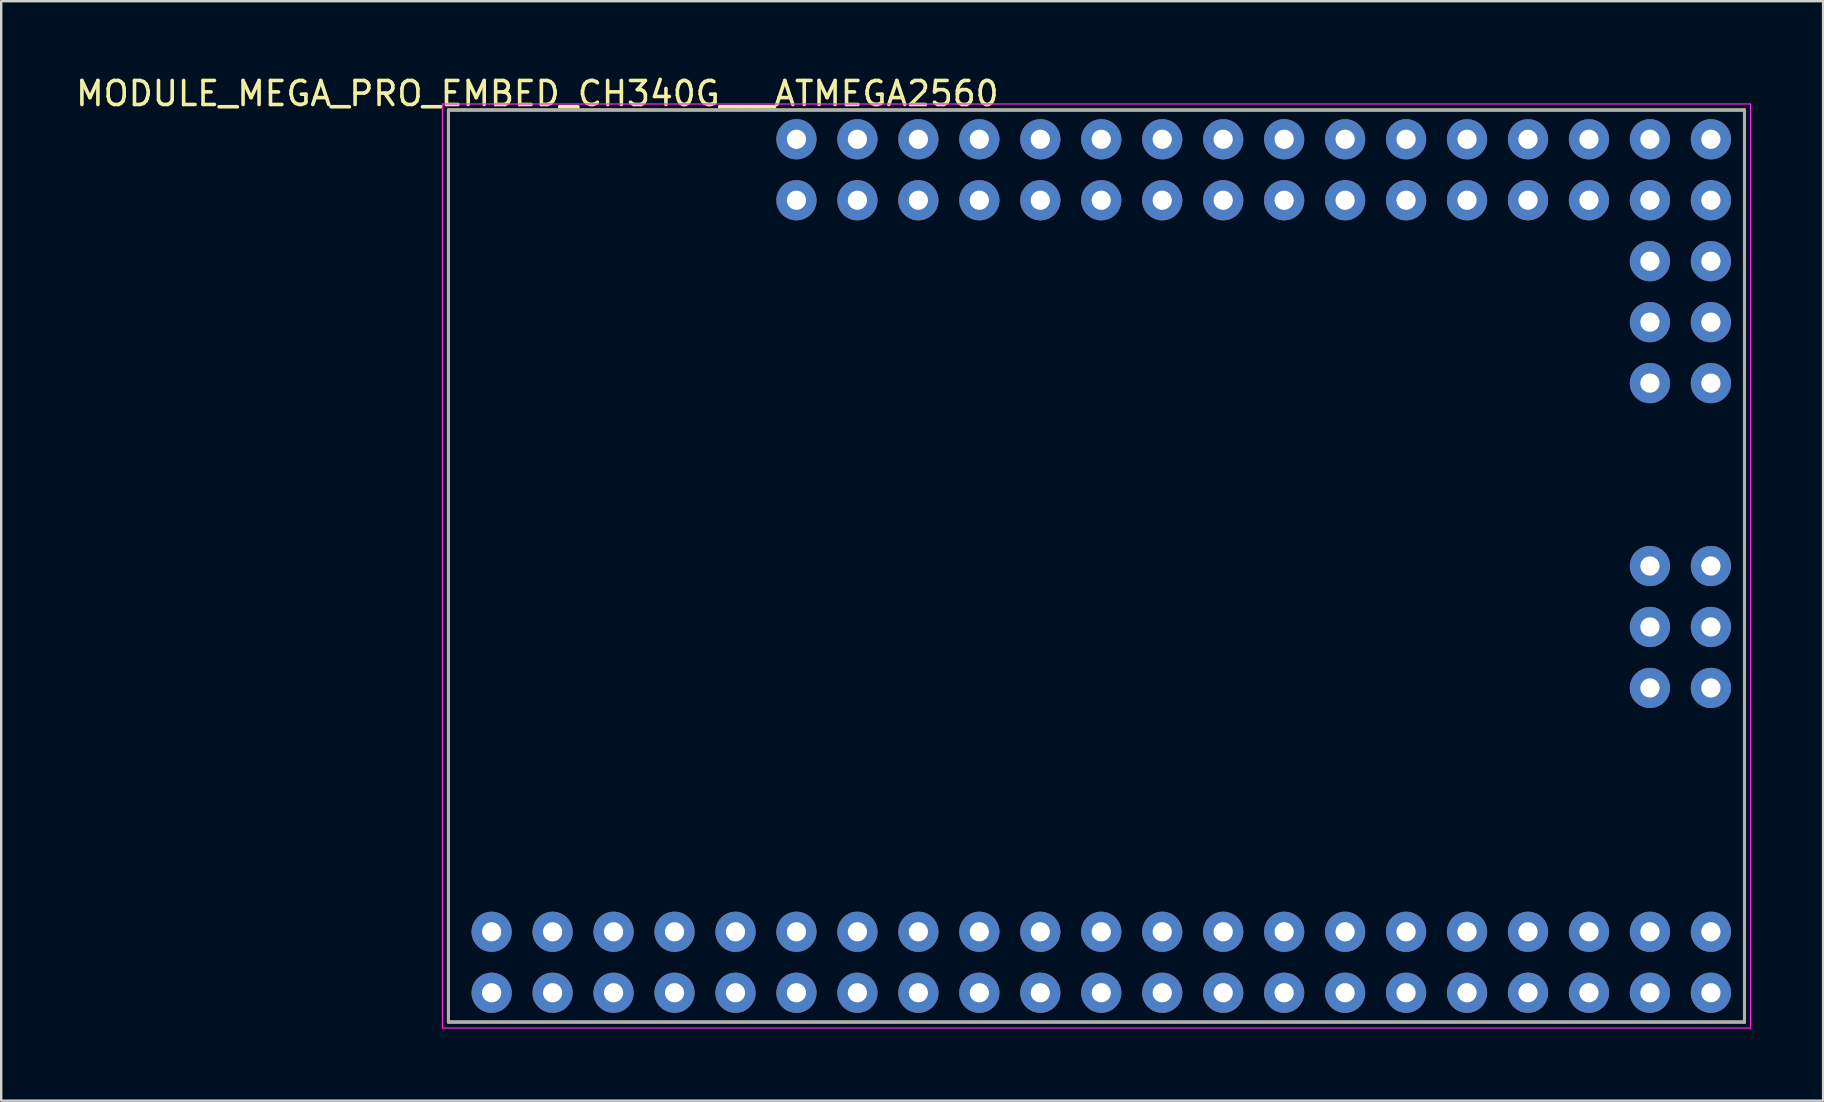
<source format=kicad_pcb>
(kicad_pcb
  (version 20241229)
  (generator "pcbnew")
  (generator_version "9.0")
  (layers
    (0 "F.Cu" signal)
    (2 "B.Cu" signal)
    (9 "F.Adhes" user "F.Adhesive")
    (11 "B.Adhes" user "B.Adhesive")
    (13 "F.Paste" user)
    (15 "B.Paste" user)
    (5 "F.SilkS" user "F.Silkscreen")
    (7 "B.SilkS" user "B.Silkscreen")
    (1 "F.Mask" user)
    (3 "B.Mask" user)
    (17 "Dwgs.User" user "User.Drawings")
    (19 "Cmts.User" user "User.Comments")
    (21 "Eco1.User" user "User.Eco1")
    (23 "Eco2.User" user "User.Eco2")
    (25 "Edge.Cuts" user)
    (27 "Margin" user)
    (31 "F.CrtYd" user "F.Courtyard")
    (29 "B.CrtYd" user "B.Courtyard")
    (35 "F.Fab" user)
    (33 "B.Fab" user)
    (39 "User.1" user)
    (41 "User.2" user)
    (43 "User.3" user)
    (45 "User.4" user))
  (footprint "MODULE_MEGA_PRO_EMBED_CH340G___ATMEGA2560"
    (layer "F.Cu")
    (at 42.634 20.533)
    (property "Reference" "MODULE_MEGA_PRO_EMBED_CH340G___ATMEGA2560" (at -23.295 -19.685 0) (layer "F.SilkS") (effects (font (size 1 1) (thickness 0.15))))
    (attr through_hole)
    (fp_line (start -27 -19) (end 27 -19) (stroke (width 0.127) (type solid)) (layer "F.SilkS"))
    (fp_line (start -27 19) (end -27 -19) (stroke (width 0.127) (type solid)) (layer "F.SilkS"))
    (fp_line (start -27 19) (end 27 19) (stroke (width 0.127) (type solid)) (layer "F.SilkS"))
    (fp_line (start 27 19) (end 27 -19) (stroke (width 0.127) (type solid)) (layer "F.SilkS"))
    (fp_line (start -27.25 -19.25) (end 27.25 -19.25) (stroke (width 0.05) (type solid)) (layer "F.CrtYd"))
    (fp_line (start -27.25 19.25) (end -27.25 -19.25) (stroke (width 0.05) (type solid)) (layer "F.CrtYd"))
    (fp_line (start 27.25 -19.25) (end 27.25 19.25) (stroke (width 0.05) (type solid)) (layer "F.CrtYd"))
    (fp_line (start 27.25 19.25) (end -27.25 19.25) (stroke (width 0.05) (type solid)) (layer "F.CrtYd"))
    (fp_line (start -27 -19) (end 27 -19) (stroke (width 0.127) (type solid)) (layer "F.Fab"))
    (fp_line (start -27 19) (end -27 -19) (stroke (width 0.127) (type solid)) (layer "F.Fab"))
    (fp_line (start -27 19) (end 27 19) (stroke (width 0.127) (type solid)) (layer "F.Fab"))
    (fp_line (start 27 19) (end 27 -19) (stroke (width 0.127) (type solid)) (layer "F.Fab"))
    (pad "3V3_1" thru_hole circle (at -17.58 17.78) (size 1.676 1.676) (drill 0.8) (layers "*.Cu" "*.Mask") (remove_unused_layers yes) (keep_end_layers yes) (zone_layer_connections))
    (pad "3V3_2" thru_hole circle (at -17.58 15.24) (size 1.676 1.676) (drill 0.8) (layers "*.Cu" "*.Mask") (remove_unused_layers yes) (keep_end_layers yes) (zone_layer_connections))
    (pad "5V_1" thru_hole circle (at -20.12 17.78) (size 1.676 1.676) (drill 0.8) (layers "*.Cu" "*.Mask") (remove_unused_layers yes) (keep_end_layers yes) (zone_layer_connections))
    (pad "5V_2" thru_hole circle (at -20.12 15.24) (size 1.676 1.676) (drill 0.8) (layers "*.Cu" "*.Mask") (remove_unused_layers yes) (keep_end_layers yes) (zone_layer_connections))
    (pad "5V_3" thru_hole circle (at 25.6 0) (size 1.676 1.676) (drill 0.8) (layers "*.Cu" "*.Mask") (remove_unused_layers yes) (keep_end_layers yes) (zone_layer_connections))
    (pad "A0" thru_hole circle (at -12.5 -17.78) (size 1.676 1.676) (drill 0.8) (layers "*.Cu" "*.Mask") (remove_unused_layers yes) (keep_end_layers yes) (zone_layer_connections))
    (pad "A1" thru_hole circle (at -12.5 -15.24) (size 1.676 1.676) (drill 0.8) (layers "*.Cu" "*.Mask") (remove_unused_layers yes) (keep_end_layers yes) (zone_layer_connections))
    (pad "A2" thru_hole circle (at -9.96 -17.78) (size 1.676 1.676) (drill 0.8) (layers "*.Cu" "*.Mask") (remove_unused_layers yes) (keep_end_layers yes) (zone_layer_connections))
    (pad "A3" thru_hole circle (at -9.96 -15.24) (size 1.676 1.676) (drill 0.8) (layers "*.Cu" "*.Mask") (remove_unused_layers yes) (keep_end_layers yes) (zone_layer_connections))
    (pad "A4" thru_hole circle (at -7.42 -17.78) (size 1.676 1.676) (drill 0.8) (layers "*.Cu" "*.Mask") (remove_unused_layers yes) (keep_end_layers yes) (zone_layer_connections))
    (pad "A5" thru_hole circle (at -7.42 -15.24) (size 1.676 1.676) (drill 0.8) (layers "*.Cu" "*.Mask") (remove_unused_layers yes) (keep_end_layers yes) (zone_layer_connections))
    (pad "A6" thru_hole circle (at -4.88 -17.78) (size 1.676 1.676) (drill 0.8) (layers "*.Cu" "*.Mask") (remove_unused_layers yes) (keep_end_layers yes) (zone_layer_connections))
    (pad "A7" thru_hole circle (at -4.88 -15.24) (size 1.676 1.676) (drill 0.8) (layers "*.Cu" "*.Mask") (remove_unused_layers yes) (keep_end_layers yes) (zone_layer_connections))
    (pad "A8" thru_hole circle (at -2.34 -17.78) (size 1.676 1.676) (drill 0.8) (layers "*.Cu" "*.Mask") (remove_unused_layers yes) (keep_end_layers yes) (zone_layer_connections))
    (pad "A9" thru_hole circle (at -2.34 -15.24) (size 1.676 1.676) (drill 0.8) (layers "*.Cu" "*.Mask") (remove_unused_layers yes) (keep_end_layers yes) (zone_layer_connections))
    (pad "A10" thru_hole circle (at 0.2 -17.78) (size 1.676 1.676) (drill 0.8) (layers "*.Cu" "*.Mask") (remove_unused_layers yes) (keep_end_layers yes) (zone_layer_connections))
    (pad "A11" thru_hole circle (at 0.2 -15.24) (size 1.676 1.676) (drill 0.8) (layers "*.Cu" "*.Mask") (remove_unused_layers yes) (keep_end_layers yes) (zone_layer_connections))
    (pad "A12" thru_hole circle (at 2.74 -17.78) (size 1.676 1.676) (drill 0.8) (layers "*.Cu" "*.Mask") (remove_unused_layers yes) (keep_end_layers yes) (zone_layer_connections))
    (pad "A13" thru_hole circle (at 2.74 -15.24) (size 1.676 1.676) (drill 0.8) (layers "*.Cu" "*.Mask") (remove_unused_layers yes) (keep_end_layers yes) (zone_layer_connections))
    (pad "A14" thru_hole circle (at 5.28 -17.78) (size 1.676 1.676) (drill 0.8) (layers "*.Cu" "*.Mask") (remove_unused_layers yes) (keep_end_layers yes) (zone_layer_connections))
    (pad "A15" thru_hole circle (at 5.28 -15.24) (size 1.676 1.676) (drill 0.8) (layers "*.Cu" "*.Mask") (remove_unused_layers yes) (keep_end_layers yes) (zone_layer_connections))
    (pad "AREF" thru_hole circle (at -15.04 15.24) (size 1.676 1.676) (drill 0.8) (layers "*.Cu" "*.Mask") (remove_unused_layers yes) (keep_end_layers yes) (zone_layer_connections))
    (pad "D2" thru_hole circle (at -9.96 15.24) (size 1.676 1.676) (drill 0.8) (layers "*.Cu" "*.Mask") (remove_unused_layers yes) (keep_end_layers yes) (zone_layer_connections))
    (pad "D3" thru_hole circle (at -9.96 17.78) (size 1.676 1.676) (drill 0.8) (layers "*.Cu" "*.Mask") (remove_unused_layers yes) (keep_end_layers yes) (zone_layer_connections))
    (pad "D4" thru_hole circle (at -7.42 15.24) (size 1.676 1.676) (drill 0.8) (layers "*.Cu" "*.Mask") (remove_unused_layers yes) (keep_end_layers yes) (zone_layer_connections))
    (pad "D5" thru_hole circle (at -7.42 17.78) (size 1.676 1.676) (drill 0.8) (layers "*.Cu" "*.Mask") (remove_unused_layers yes) (keep_end_layers yes) (zone_layer_connections))
    (pad "D6" thru_hole circle (at -4.88 15.24) (size 1.676 1.676) (drill 0.8) (layers "*.Cu" "*.Mask") (remove_unused_layers yes) (keep_end_layers yes) (zone_layer_connections))
    (pad "D7" thru_hole circle (at -4.88 17.78) (size 1.676 1.676) (drill 0.8) (layers "*.Cu" "*.Mask") (remove_unused_layers yes) (keep_end_layers yes) (zone_layer_connections))
    (pad "D8" thru_hole circle (at -2.34 15.24) (size 1.676 1.676) (drill 0.8) (layers "*.Cu" "*.Mask") (remove_unused_layers yes) (keep_end_layers yes) (zone_layer_connections))
    (pad "D9" thru_hole circle (at -2.34 17.78) (size 1.676 1.676) (drill 0.8) (layers "*.Cu" "*.Mask") (remove_unused_layers yes) (keep_end_layers yes) (zone_layer_connections))
    (pad "D10" thru_hole circle (at 0.2 15.24) (size 1.676 1.676) (drill 0.8) (layers "*.Cu" "*.Mask") (remove_unused_layers yes) (keep_end_layers yes) (zone_layer_connections))
    (pad "D11" thru_hole circle (at 0.2 17.78) (size 1.676 1.676) (drill 0.8) (layers "*.Cu" "*.Mask") (remove_unused_layers yes) (keep_end_layers yes) (zone_layer_connections))
    (pad "D12" thru_hole circle (at 2.74 15.24) (size 1.676 1.676) (drill 0.8) (layers "*.Cu" "*.Mask") (remove_unused_layers yes) (keep_end_layers yes) (zone_layer_connections))
    (pad "D13" thru_hole circle (at 2.74 17.78) (size 1.676 1.676) (drill 0.8) (layers "*.Cu" "*.Mask") (remove_unused_layers yes) (keep_end_layers yes) (zone_layer_connections))
    (pad "D14" thru_hole circle (at 5.28 15.24) (size 1.676 1.676) (drill 0.8) (layers "*.Cu" "*.Mask") (remove_unused_layers yes) (keep_end_layers yes) (zone_layer_connections))
    (pad "D15" thru_hole circle (at 5.28 17.78) (size 1.676 1.676) (drill 0.8) (layers "*.Cu" "*.Mask") (remove_unused_layers yes) (keep_end_layers yes) (zone_layer_connections))
    (pad "D16" thru_hole circle (at 7.82 15.24) (size 1.676 1.676) (drill 0.8) (layers "*.Cu" "*.Mask") (remove_unused_layers yes) (keep_end_layers yes) (zone_layer_connections))
    (pad "D17" thru_hole circle (at 7.82 17.78) (size 1.676 1.676) (drill 0.8) (layers "*.Cu" "*.Mask") (remove_unused_layers yes) (keep_end_layers yes) (zone_layer_connections))
    (pad "D18" thru_hole circle (at 10.36 15.24) (size 1.676 1.676) (drill 0.8) (layers "*.Cu" "*.Mask") (remove_unused_layers yes) (keep_end_layers yes) (zone_layer_connections))
    (pad "D19" thru_hole circle (at 10.36 17.78) (size 1.676 1.676) (drill 0.8) (layers "*.Cu" "*.Mask") (remove_unused_layers yes) (keep_end_layers yes) (zone_layer_connections))
    (pad "D20" thru_hole circle (at 12.9 15.24) (size 1.676 1.676) (drill 0.8) (layers "*.Cu" "*.Mask") (remove_unused_layers yes) (keep_end_layers yes) (zone_layer_connections))
    (pad "D21" thru_hole circle (at 12.9 17.78) (size 1.676 1.676) (drill 0.8) (layers "*.Cu" "*.Mask") (remove_unused_layers yes) (keep_end_layers yes) (zone_layer_connections))
    (pad "D22" thru_hole circle (at 15.44 15.24) (size 1.676 1.676) (drill 0.8) (layers "*.Cu" "*.Mask") (remove_unused_layers yes) (keep_end_layers yes) (zone_layer_connections))
    (pad "D23" thru_hole circle (at 15.44 17.78) (size 1.676 1.676) (drill 0.8) (layers "*.Cu" "*.Mask") (remove_unused_layers yes) (keep_end_layers yes) (zone_layer_connections))
    (pad "D24" thru_hole circle (at 17.98 15.24) (size 1.676 1.676) (drill 0.8) (layers "*.Cu" "*.Mask") (remove_unused_layers yes) (keep_end_layers yes) (zone_layer_connections))
    (pad "D25" thru_hole circle (at 17.98 17.78) (size 1.676 1.676) (drill 0.8) (layers "*.Cu" "*.Mask") (remove_unused_layers yes) (keep_end_layers yes) (zone_layer_connections))
    (pad "D26" thru_hole circle (at 20.52 15.24) (size 1.676 1.676) (drill 0.8) (layers "*.Cu" "*.Mask") (remove_unused_layers yes) (keep_end_layers yes) (zone_layer_connections))
    (pad "D27" thru_hole circle (at 20.52 17.78) (size 1.676 1.676) (drill 0.8) (layers "*.Cu" "*.Mask") (remove_unused_layers yes) (keep_end_layers yes) (zone_layer_connections))
    (pad "D28" thru_hole circle (at 23.06 15.24) (size 1.676 1.676) (drill 0.8) (layers "*.Cu" "*.Mask") (remove_unused_layers yes) (keep_end_layers yes) (zone_layer_connections))
    (pad "D29" thru_hole circle (at 23.06 17.78) (size 1.676 1.676) (drill 0.8) (layers "*.Cu" "*.Mask") (remove_unused_layers yes) (keep_end_layers yes) (zone_layer_connections))
    (pad "D30" thru_hole circle (at 25.6 15.24) (size 1.676 1.676) (drill 0.8) (layers "*.Cu" "*.Mask") (remove_unused_layers yes) (keep_end_layers yes) (zone_layer_connections))
    (pad "D31" thru_hole circle (at 25.6 17.78) (size 1.676 1.676) (drill 0.8) (layers "*.Cu" "*.Mask") (remove_unused_layers yes) (keep_end_layers yes) (zone_layer_connections))
    (pad "D32" thru_hole circle (at 7.82 -17.78) (size 1.676 1.676) (drill 0.8) (layers "*.Cu" "*.Mask") (remove_unused_layers yes) (keep_end_layers yes) (zone_layer_connections))
    (pad "D33" thru_hole circle (at 7.82 -15.24) (size 1.676 1.676) (drill 0.8) (layers "*.Cu" "*.Mask") (remove_unused_layers yes) (keep_end_layers yes) (zone_layer_connections))
    (pad "D34" thru_hole circle (at 10.36 -17.78) (size 1.676 1.676) (drill 0.8) (layers "*.Cu" "*.Mask") (remove_unused_layers yes) (keep_end_layers yes) (zone_layer_connections))
    (pad "D35" thru_hole circle (at 10.36 -15.24) (size 1.676 1.676) (drill 0.8) (layers "*.Cu" "*.Mask") (remove_unused_layers yes) (keep_end_layers yes) (zone_layer_connections))
    (pad "D36" thru_hole circle (at 12.9 -17.78) (size 1.676 1.676) (drill 0.8) (layers "*.Cu" "*.Mask") (remove_unused_layers yes) (keep_end_layers yes) (zone_layer_connections))
    (pad "D37" thru_hole circle (at 12.9 -15.24) (size 1.676 1.676) (drill 0.8) (layers "*.Cu" "*.Mask") (remove_unused_layers yes) (keep_end_layers yes) (zone_layer_connections))
    (pad "D38" thru_hole circle (at 15.44 -17.78) (size 1.676 1.676) (drill 0.8) (layers "*.Cu" "*.Mask") (remove_unused_layers yes) (keep_end_layers yes) (zone_layer_connections))
    (pad "D39" thru_hole circle (at 15.44 -15.24) (size 1.676 1.676) (drill 0.8) (layers "*.Cu" "*.Mask") (remove_unused_layers yes) (keep_end_layers yes) (zone_layer_connections))
    (pad "D40" thru_hole circle (at 17.98 -17.78) (size 1.676 1.676) (drill 0.8) (layers "*.Cu" "*.Mask") (remove_unused_layers yes) (keep_end_layers yes) (zone_layer_connections))
    (pad "D41" thru_hole circle (at 17.98 -15.24) (size 1.676 1.676) (drill 0.8) (layers "*.Cu" "*.Mask") (remove_unused_layers yes) (keep_end_layers yes) (zone_layer_connections))
    (pad "D42" thru_hole circle (at 20.52 -17.78) (size 1.676 1.676) (drill 0.8) (layers "*.Cu" "*.Mask") (remove_unused_layers yes) (keep_end_layers yes) (zone_layer_connections))
    (pad "D43" thru_hole circle (at 20.52 -15.24) (size 1.676 1.676) (drill 0.8) (layers "*.Cu" "*.Mask") (remove_unused_layers yes) (keep_end_layers yes) (zone_layer_connections))
    (pad "D44" thru_hole circle (at 23.06 -17.78) (size 1.676 1.676) (drill 0.8) (layers "*.Cu" "*.Mask") (remove_unused_layers yes) (keep_end_layers yes) (zone_layer_connections))
    (pad "D45" thru_hole circle (at 23.06 -15.24) (size 1.676 1.676) (drill 0.8) (layers "*.Cu" "*.Mask") (remove_unused_layers yes) (keep_end_layers yes) (zone_layer_connections))
    (pad "D46" thru_hole circle (at 25.6 -17.78) (size 1.676 1.676) (drill 0.8) (layers "*.Cu" "*.Mask") (remove_unused_layers yes) (keep_end_layers yes) (zone_layer_connections))
    (pad "D47" thru_hole circle (at 25.6 -15.24) (size 1.676 1.676) (drill 0.8) (layers "*.Cu" "*.Mask") (remove_unused_layers yes) (keep_end_layers yes) (zone_layer_connections))
    (pad "D48" thru_hole circle (at 25.6 -12.7) (size 1.676 1.676) (drill 0.8) (layers "*.Cu" "*.Mask") (remove_unused_layers yes) (keep_end_layers yes) (zone_layer_connections))
    (pad "D49" thru_hole circle (at 23.06 -12.7) (size 1.676 1.676) (drill 0.8) (layers "*.Cu" "*.Mask") (remove_unused_layers yes) (keep_end_layers yes) (zone_layer_connections))
    (pad "D50" thru_hole circle (at 25.6 -10.16) (size 1.676 1.676) (drill 0.8) (layers "*.Cu" "*.Mask") (remove_unused_layers yes) (keep_end_layers yes) (zone_layer_connections))
    (pad "D51" thru_hole circle (at 23.06 -10.16) (size 1.676 1.676) (drill 0.8) (layers "*.Cu" "*.Mask") (remove_unused_layers yes) (keep_end_layers yes) (zone_layer_connections))
    (pad "D52" thru_hole circle (at 25.6 -7.62) (size 1.676 1.676) (drill 0.8) (layers "*.Cu" "*.Mask") (remove_unused_layers yes) (keep_end_layers yes) (zone_layer_connections))
    (pad "D53" thru_hole circle (at 23.06 -7.62) (size 1.676 1.676) (drill 0.8) (layers "*.Cu" "*.Mask") (remove_unused_layers yes) (keep_end_layers yes) (zone_layer_connections))
    (pad "GND_1" thru_hole circle (at -22.66 17.78) (size 1.676 1.676) (drill 0.8) (layers "*.Cu" "*.Mask") (remove_unused_layers yes) (keep_end_layers yes) (zone_layer_connections))
    (pad "GND_2" thru_hole circle (at -22.66 15.24) (size 1.676 1.676) (drill 0.8) (layers "*.Cu" "*.Mask") (remove_unused_layers yes) (keep_end_layers yes) (zone_layer_connections))
    (pad "GND_3" thru_hole circle (at 25.6 5.08) (size 1.676 1.676) (drill 0.8) (layers "*.Cu" "*.Mask") (remove_unused_layers yes) (keep_end_layers yes) (zone_layer_connections))
    (pad "MISO" thru_hole circle (at 23.06 0) (size 1.676 1.676) (drill 0.8) (layers "*.Cu" "*.Mask") (remove_unused_layers yes) (keep_end_layers yes) (zone_layer_connections))
    (pad "MOSI" thru_hole circle (at 25.6 2.54) (size 1.676 1.676) (drill 0.8) (layers "*.Cu" "*.Mask") (remove_unused_layers yes) (keep_end_layers yes) (zone_layer_connections))
    (pad "RESET" thru_hole circle (at 23.06 5.08) (size 1.676 1.676) (drill 0.8) (layers "*.Cu" "*.Mask") (remove_unused_layers yes) (keep_end_layers yes) (zone_layer_connections))
    (pad "RST" thru_hole circle (at -15.04 17.78) (size 1.676 1.676) (drill 0.8) (layers "*.Cu" "*.Mask") (remove_unused_layers yes) (keep_end_layers yes) (zone_layer_connections))
    (pad "RX" thru_hole circle (at -12.5 15.24) (size 1.676 1.676) (drill 0.8) (layers "*.Cu" "*.Mask") (remove_unused_layers yes) (keep_end_layers yes) (zone_layer_connections))
    (pad "SCK" thru_hole circle (at 23.06 2.54) (size 1.676 1.676) (drill 0.8) (layers "*.Cu" "*.Mask") (remove_unused_layers yes) (keep_end_layers yes) (zone_layer_connections))
    (pad "TX" thru_hole circle (at -12.5 17.78) (size 1.676 1.676) (drill 0.8) (layers "*.Cu" "*.Mask") (remove_unused_layers yes) (keep_end_layers yes) (zone_layer_connections))
    (pad "VIN_1" thru_hole circle (at -25.2 17.78) (size 1.676 1.676) (drill 0.8) (layers "*.Cu" "*.Mask") (remove_unused_layers yes) (keep_end_layers yes) (zone_layer_connections))
    (pad "VIN_2" thru_hole circle (at -25.2 15.24) (size 1.676 1.676) (drill 0.8) (layers "*.Cu" "*.Mask") (remove_unused_layers yes) (keep_end_layers yes) (zone_layer_connections)))
  (gr_rect
    (start -3 -3)
    (end 72.909 42.808)
    (stroke (width 0.1) (type default))
    (fill no)
    (layer "Edge.Cuts")))
</source>
